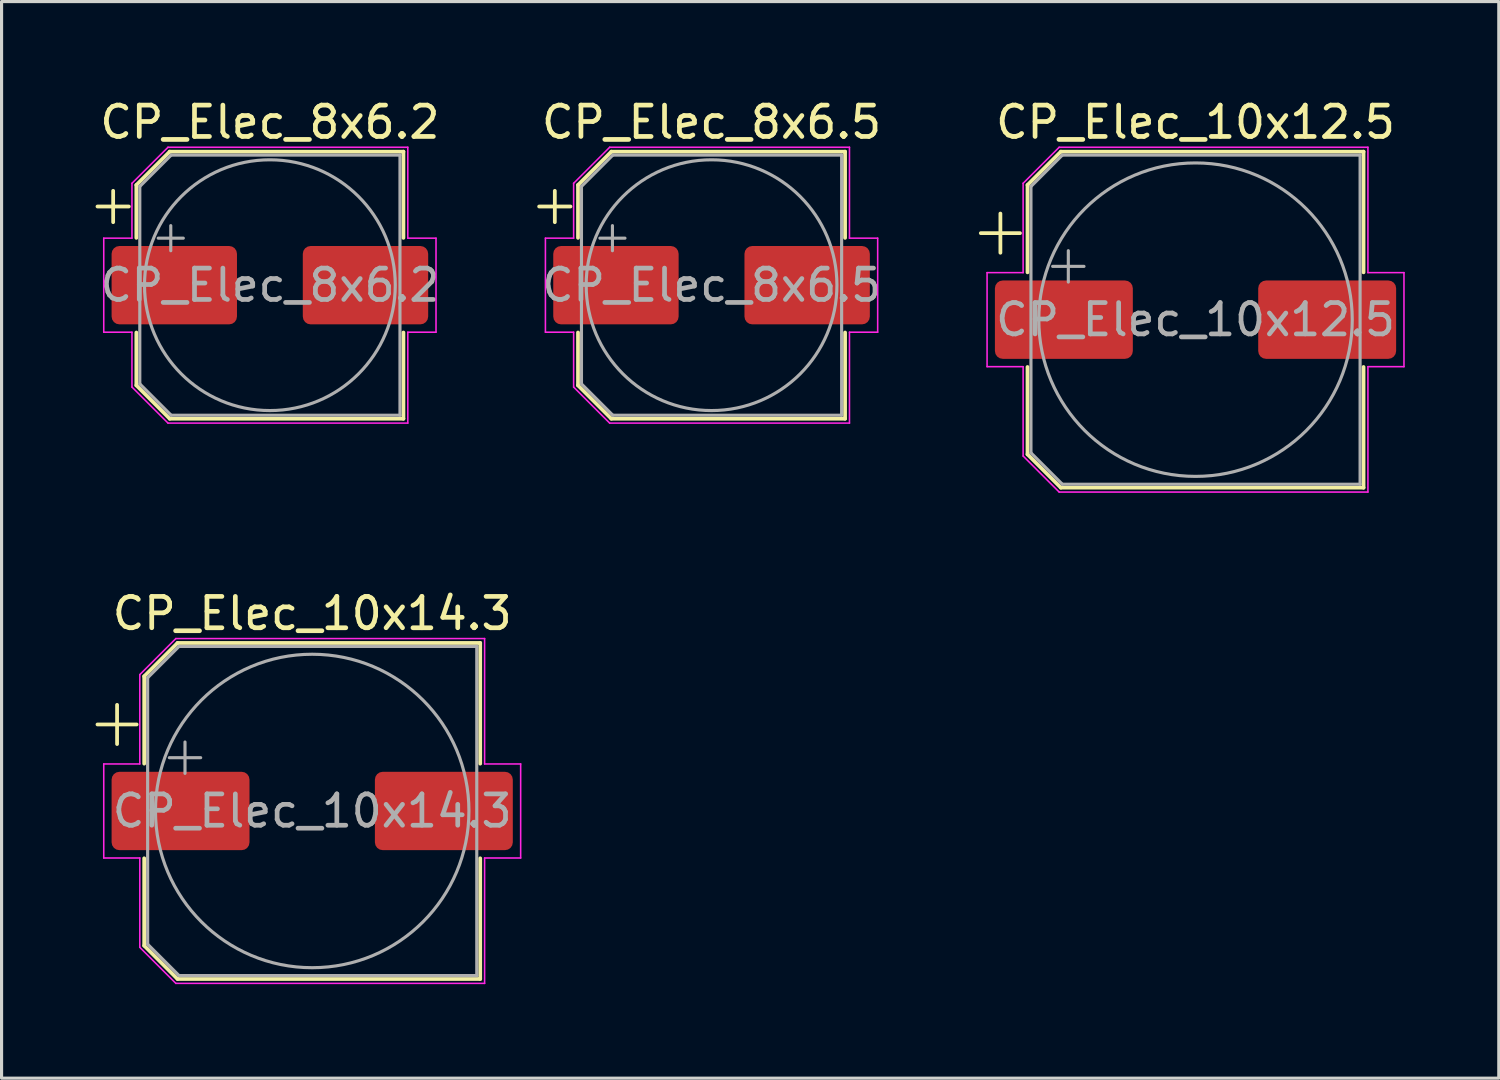
<source format=kicad_pcb>
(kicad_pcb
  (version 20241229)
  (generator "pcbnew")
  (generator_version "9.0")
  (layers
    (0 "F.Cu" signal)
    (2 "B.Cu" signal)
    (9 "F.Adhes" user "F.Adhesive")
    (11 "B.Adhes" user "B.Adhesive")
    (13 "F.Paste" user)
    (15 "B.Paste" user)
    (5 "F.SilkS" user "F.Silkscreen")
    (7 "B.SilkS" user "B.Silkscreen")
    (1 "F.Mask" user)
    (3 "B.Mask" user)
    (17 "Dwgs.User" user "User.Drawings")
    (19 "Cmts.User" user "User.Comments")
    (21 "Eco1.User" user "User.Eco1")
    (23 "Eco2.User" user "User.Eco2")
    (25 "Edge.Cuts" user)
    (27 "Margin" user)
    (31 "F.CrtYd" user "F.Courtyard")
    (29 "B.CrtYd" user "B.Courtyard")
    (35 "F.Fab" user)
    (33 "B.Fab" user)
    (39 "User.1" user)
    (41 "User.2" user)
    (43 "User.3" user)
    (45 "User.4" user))
  (footprint "CP_Elec_8x6.2"
    (layer "F.Cu")
    (at 5.56 6.048)
    (property "Reference" "CP_Elec_8x6.2" (at 0 -5.2 0) (layer "F.SilkS") (effects (font (size 1 1) (thickness 0.15))))
    (attr smd)
    (fp_line (start -5.5 -2.51) (end -4.5 -2.51) (stroke (width 0.12) (type solid)) (layer "F.SilkS"))
    (fp_line (start -5 -3.01) (end -5 -2.01) (stroke (width 0.12) (type solid)) (layer "F.SilkS"))
    (fp_line (start -4.26 -3.196) (end -4.26 -1.51) (stroke (width 0.12) (type solid)) (layer "F.SilkS"))
    (fp_line (start -4.26 -3.196) (end -3.196 -4.26) (stroke (width 0.12) (type solid)) (layer "F.SilkS"))
    (fp_line (start -4.26 3.196) (end -4.26 1.51) (stroke (width 0.12) (type solid)) (layer "F.SilkS"))
    (fp_line (start -4.26 3.196) (end -3.196 4.26) (stroke (width 0.12) (type solid)) (layer "F.SilkS"))
    (fp_line (start -3.196 -4.26) (end 4.26 -4.26) (stroke (width 0.12) (type solid)) (layer "F.SilkS"))
    (fp_line (start -3.196 4.26) (end 4.26 4.26) (stroke (width 0.12) (type solid)) (layer "F.SilkS"))
    (fp_line (start 4.26 -4.26) (end 4.26 -1.51) (stroke (width 0.12) (type solid)) (layer "F.SilkS"))
    (fp_line (start 4.26 4.26) (end 4.26 1.51) (stroke (width 0.12) (type solid)) (layer "F.SilkS"))
    (fp_line (start -5.3 -1.5) (end -5.3 1.5) (stroke (width 0.05) (type solid)) (layer "F.CrtYd"))
    (fp_line (start -5.3 1.5) (end -4.4 1.5) (stroke (width 0.05) (type solid)) (layer "F.CrtYd"))
    (fp_line (start -4.4 -3.25) (end -4.4 -1.5) (stroke (width 0.05) (type solid)) (layer "F.CrtYd"))
    (fp_line (start -4.4 -3.25) (end -3.25 -4.4) (stroke (width 0.05) (type solid)) (layer "F.CrtYd"))
    (fp_line (start -4.4 -1.5) (end -5.3 -1.5) (stroke (width 0.05) (type solid)) (layer "F.CrtYd"))
    (fp_line (start -4.4 1.5) (end -4.4 3.25) (stroke (width 0.05) (type solid)) (layer "F.CrtYd"))
    (fp_line (start -4.4 3.25) (end -3.25 4.4) (stroke (width 0.05) (type solid)) (layer "F.CrtYd"))
    (fp_line (start -3.25 -4.4) (end 4.4 -4.4) (stroke (width 0.05) (type solid)) (layer "F.CrtYd"))
    (fp_line (start -3.25 4.4) (end 4.4 4.4) (stroke (width 0.05) (type solid)) (layer "F.CrtYd"))
    (fp_line (start 4.4 -4.4) (end 4.4 -1.5) (stroke (width 0.05) (type solid)) (layer "F.CrtYd"))
    (fp_line (start 4.4 -1.5) (end 5.3 -1.5) (stroke (width 0.05) (type solid)) (layer "F.CrtYd"))
    (fp_line (start 4.4 1.5) (end 4.4 4.4) (stroke (width 0.05) (type solid)) (layer "F.CrtYd"))
    (fp_line (start 5.3 -1.5) (end 5.3 1.5) (stroke (width 0.05) (type solid)) (layer "F.CrtYd"))
    (fp_line (start 5.3 1.5) (end 4.4 1.5) (stroke (width 0.05) (type solid)) (layer "F.CrtYd"))
    (fp_line (start -4.15 -3.15) (end -4.15 3.15) (stroke (width 0.1) (type solid)) (layer "F.Fab"))
    (fp_line (start -4.15 -3.15) (end -3.15 -4.15) (stroke (width 0.1) (type solid)) (layer "F.Fab"))
    (fp_line (start -4.15 3.15) (end -3.15 4.15) (stroke (width 0.1) (type solid)) (layer "F.Fab"))
    (fp_line (start -3.562 -1.5) (end -2.762 -1.5) (stroke (width 0.1) (type solid)) (layer "F.Fab"))
    (fp_line (start -3.162 -1.9) (end -3.162 -1.1) (stroke (width 0.1) (type solid)) (layer "F.Fab"))
    (fp_line (start -3.15 -4.15) (end 4.15 -4.15) (stroke (width 0.1) (type solid)) (layer "F.Fab"))
    (fp_line (start -3.15 4.15) (end 4.15 4.15) (stroke (width 0.1) (type solid)) (layer "F.Fab"))
    (fp_line (start 4.15 -4.15) (end 4.15 4.15) (stroke (width 0.1) (type solid)) (layer "F.Fab"))
    (fp_circle (center 0 0) (end 4 0) (stroke (width 0.1) (type solid)) (fill no) (layer "F.Fab"))
    (fp_text user "${REFERENCE}" (at 0 0 0) (layer "F.Fab") (effects (font (size 1 1) (thickness 0.15))))
    (pad "1" smd roundrect (at -3.05 0) (size 4 2.5) (layers "F.Cu" "F.Mask" "F.Paste") (roundrect_rratio 0.1))
    (pad "2" smd roundrect (at 3.05 0) (size 4 2.5) (layers "F.Cu" "F.Mask" "F.Paste") (roundrect_rratio 0.1)))
  (footprint "CP_Elec_10x14.3"
    (layer "F.Cu")
    (at 6.91 22.822)
    (property "Reference" "CP_Elec_10x14.3" (at 0 -6.3 0) (layer "F.SilkS") (effects (font (size 1 1) (thickness 0.15))))
    (attr smd)
    (fp_line (start -6.85 -2.76) (end -5.6 -2.76) (stroke (width 0.12) (type solid)) (layer "F.SilkS"))
    (fp_line (start -6.225 -3.385) (end -6.225 -2.135) (stroke (width 0.12) (type solid)) (layer "F.SilkS"))
    (fp_line (start -5.36 -4.296) (end -5.36 -1.51) (stroke (width 0.12) (type solid)) (layer "F.SilkS"))
    (fp_line (start -5.36 -4.296) (end -4.296 -5.36) (stroke (width 0.12) (type solid)) (layer "F.SilkS"))
    (fp_line (start -5.36 4.296) (end -5.36 1.51) (stroke (width 0.12) (type solid)) (layer "F.SilkS"))
    (fp_line (start -5.36 4.296) (end -4.296 5.36) (stroke (width 0.12) (type solid)) (layer "F.SilkS"))
    (fp_line (start -4.296 -5.36) (end 5.36 -5.36) (stroke (width 0.12) (type solid)) (layer "F.SilkS"))
    (fp_line (start -4.296 5.36) (end 5.36 5.36) (stroke (width 0.12) (type solid)) (layer "F.SilkS"))
    (fp_line (start 5.36 -5.36) (end 5.36 -1.51) (stroke (width 0.12) (type solid)) (layer "F.SilkS"))
    (fp_line (start 5.36 5.36) (end 5.36 1.51) (stroke (width 0.12) (type solid)) (layer "F.SilkS"))
    (fp_line (start -6.65 -1.5) (end -6.65 1.5) (stroke (width 0.05) (type solid)) (layer "F.CrtYd"))
    (fp_line (start -6.65 1.5) (end -5.5 1.5) (stroke (width 0.05) (type solid)) (layer "F.CrtYd"))
    (fp_line (start -5.5 -4.35) (end -5.5 -1.5) (stroke (width 0.05) (type solid)) (layer "F.CrtYd"))
    (fp_line (start -5.5 -4.35) (end -4.35 -5.5) (stroke (width 0.05) (type solid)) (layer "F.CrtYd"))
    (fp_line (start -5.5 -1.5) (end -6.65 -1.5) (stroke (width 0.05) (type solid)) (layer "F.CrtYd"))
    (fp_line (start -5.5 1.5) (end -5.5 4.35) (stroke (width 0.05) (type solid)) (layer "F.CrtYd"))
    (fp_line (start -5.5 4.35) (end -4.35 5.5) (stroke (width 0.05) (type solid)) (layer "F.CrtYd"))
    (fp_line (start -4.35 -5.5) (end 5.5 -5.5) (stroke (width 0.05) (type solid)) (layer "F.CrtYd"))
    (fp_line (start -4.35 5.5) (end 5.5 5.5) (stroke (width 0.05) (type solid)) (layer "F.CrtYd"))
    (fp_line (start 5.5 -5.5) (end 5.5 -1.5) (stroke (width 0.05) (type solid)) (layer "F.CrtYd"))
    (fp_line (start 5.5 -1.5) (end 6.65 -1.5) (stroke (width 0.05) (type solid)) (layer "F.CrtYd"))
    (fp_line (start 5.5 1.5) (end 5.5 5.5) (stroke (width 0.05) (type solid)) (layer "F.CrtYd"))
    (fp_line (start 6.65 -1.5) (end 6.65 1.5) (stroke (width 0.05) (type solid)) (layer "F.CrtYd"))
    (fp_line (start 6.65 1.5) (end 5.5 1.5) (stroke (width 0.05) (type solid)) (layer "F.CrtYd"))
    (fp_line (start -5.25 -4.25) (end -5.25 4.25) (stroke (width 0.1) (type solid)) (layer "F.Fab"))
    (fp_line (start -5.25 -4.25) (end -4.25 -5.25) (stroke (width 0.1) (type solid)) (layer "F.Fab"))
    (fp_line (start -5.25 4.25) (end -4.25 5.25) (stroke (width 0.1) (type solid)) (layer "F.Fab"))
    (fp_line (start -4.558 -1.7) (end -3.558 -1.7) (stroke (width 0.1) (type solid)) (layer "F.Fab"))
    (fp_line (start -4.25 -5.25) (end 5.25 -5.25) (stroke (width 0.1) (type solid)) (layer "F.Fab"))
    (fp_line (start -4.25 5.25) (end 5.25 5.25) (stroke (width 0.1) (type solid)) (layer "F.Fab"))
    (fp_line (start -4.058 -2.2) (end -4.058 -1.2) (stroke (width 0.1) (type solid)) (layer "F.Fab"))
    (fp_line (start 5.25 -5.25) (end 5.25 5.25) (stroke (width 0.1) (type solid)) (layer "F.Fab"))
    (fp_circle (center 0 0) (end 5 0) (stroke (width 0.1) (type solid)) (fill no) (layer "F.Fab"))
    (fp_text user "${REFERENCE}" (at 0 0 0) (layer "F.Fab") (effects (font (size 1 1) (thickness 0.15))))
    (pad "1" smd roundrect (at -4.2 0) (size 4.4 2.5) (layers "F.Cu" "F.Mask" "F.Paste") (roundrect_rratio 0.1))
    (pad "2" smd roundrect (at 4.2 0) (size 4.4 2.5) (layers "F.Cu" "F.Mask" "F.Paste") (roundrect_rratio 0.1)))
  (footprint "CP_Elec_8x6.5"
    (layer "F.Cu")
    (at 19.65 6.048)
    (property "Reference" "CP_Elec_8x6.5" (at 0 -5.2 0) (layer "F.SilkS") (effects (font (size 1 1) (thickness 0.15))))
    (attr smd)
    (fp_line (start -5.5 -2.51) (end -4.5 -2.51) (stroke (width 0.12) (type solid)) (layer "F.SilkS"))
    (fp_line (start -5 -3.01) (end -5 -2.01) (stroke (width 0.12) (type solid)) (layer "F.SilkS"))
    (fp_line (start -4.26 -3.196) (end -4.26 -1.51) (stroke (width 0.12) (type solid)) (layer "F.SilkS"))
    (fp_line (start -4.26 -3.196) (end -3.196 -4.26) (stroke (width 0.12) (type solid)) (layer "F.SilkS"))
    (fp_line (start -4.26 3.196) (end -4.26 1.51) (stroke (width 0.12) (type solid)) (layer "F.SilkS"))
    (fp_line (start -4.26 3.196) (end -3.196 4.26) (stroke (width 0.12) (type solid)) (layer "F.SilkS"))
    (fp_line (start -3.196 -4.26) (end 4.26 -4.26) (stroke (width 0.12) (type solid)) (layer "F.SilkS"))
    (fp_line (start -3.196 4.26) (end 4.26 4.26) (stroke (width 0.12) (type solid)) (layer "F.SilkS"))
    (fp_line (start 4.26 -4.26) (end 4.26 -1.51) (stroke (width 0.12) (type solid)) (layer "F.SilkS"))
    (fp_line (start 4.26 4.26) (end 4.26 1.51) (stroke (width 0.12) (type solid)) (layer "F.SilkS"))
    (fp_line (start -5.3 -1.5) (end -5.3 1.5) (stroke (width 0.05) (type solid)) (layer "F.CrtYd"))
    (fp_line (start -5.3 1.5) (end -4.4 1.5) (stroke (width 0.05) (type solid)) (layer "F.CrtYd"))
    (fp_line (start -4.4 -3.25) (end -4.4 -1.5) (stroke (width 0.05) (type solid)) (layer "F.CrtYd"))
    (fp_line (start -4.4 -3.25) (end -3.25 -4.4) (stroke (width 0.05) (type solid)) (layer "F.CrtYd"))
    (fp_line (start -4.4 -1.5) (end -5.3 -1.5) (stroke (width 0.05) (type solid)) (layer "F.CrtYd"))
    (fp_line (start -4.4 1.5) (end -4.4 3.25) (stroke (width 0.05) (type solid)) (layer "F.CrtYd"))
    (fp_line (start -4.4 3.25) (end -3.25 4.4) (stroke (width 0.05) (type solid)) (layer "F.CrtYd"))
    (fp_line (start -3.25 -4.4) (end 4.4 -4.4) (stroke (width 0.05) (type solid)) (layer "F.CrtYd"))
    (fp_line (start -3.25 4.4) (end 4.4 4.4) (stroke (width 0.05) (type solid)) (layer "F.CrtYd"))
    (fp_line (start 4.4 -4.4) (end 4.4 -1.5) (stroke (width 0.05) (type solid)) (layer "F.CrtYd"))
    (fp_line (start 4.4 -1.5) (end 5.3 -1.5) (stroke (width 0.05) (type solid)) (layer "F.CrtYd"))
    (fp_line (start 4.4 1.5) (end 4.4 4.4) (stroke (width 0.05) (type solid)) (layer "F.CrtYd"))
    (fp_line (start 5.3 -1.5) (end 5.3 1.5) (stroke (width 0.05) (type solid)) (layer "F.CrtYd"))
    (fp_line (start 5.3 1.5) (end 4.4 1.5) (stroke (width 0.05) (type solid)) (layer "F.CrtYd"))
    (fp_line (start -4.15 -3.15) (end -4.15 3.15) (stroke (width 0.1) (type solid)) (layer "F.Fab"))
    (fp_line (start -4.15 -3.15) (end -3.15 -4.15) (stroke (width 0.1) (type solid)) (layer "F.Fab"))
    (fp_line (start -4.15 3.15) (end -3.15 4.15) (stroke (width 0.1) (type solid)) (layer "F.Fab"))
    (fp_line (start -3.562 -1.5) (end -2.762 -1.5) (stroke (width 0.1) (type solid)) (layer "F.Fab"))
    (fp_line (start -3.162 -1.9) (end -3.162 -1.1) (stroke (width 0.1) (type solid)) (layer "F.Fab"))
    (fp_line (start -3.15 -4.15) (end 4.15 -4.15) (stroke (width 0.1) (type solid)) (layer "F.Fab"))
    (fp_line (start -3.15 4.15) (end 4.15 4.15) (stroke (width 0.1) (type solid)) (layer "F.Fab"))
    (fp_line (start 4.15 -4.15) (end 4.15 4.15) (stroke (width 0.1) (type solid)) (layer "F.Fab"))
    (fp_circle (center 0 0) (end 4 0) (stroke (width 0.1) (type solid)) (fill no) (layer "F.Fab"))
    (fp_text user "${REFERENCE}" (at 0 0 0) (layer "F.Fab") (effects (font (size 1 1) (thickness 0.15))))
    (pad "1" smd roundrect (at -3.05 0) (size 4 2.5) (layers "F.Cu" "F.Mask" "F.Paste") (roundrect_rratio 0.1))
    (pad "2" smd roundrect (at 3.05 0) (size 4 2.5) (layers "F.Cu" "F.Mask" "F.Paste") (roundrect_rratio 0.1)))
  (footprint "CP_Elec_10x12.5"
    (layer "F.Cu")
    (at 35.09 7.148)
    (property "Reference" "CP_Elec_10x12.5" (at 0 -6.3 0) (layer "F.SilkS") (effects (font (size 1 1) (thickness 0.15))))
    (attr smd)
    (fp_line (start -6.85 -2.76) (end -5.6 -2.76) (stroke (width 0.12) (type solid)) (layer "F.SilkS"))
    (fp_line (start -6.225 -3.385) (end -6.225 -2.135) (stroke (width 0.12) (type solid)) (layer "F.SilkS"))
    (fp_line (start -5.36 -4.296) (end -5.36 -1.51) (stroke (width 0.12) (type solid)) (layer "F.SilkS"))
    (fp_line (start -5.36 -4.296) (end -4.296 -5.36) (stroke (width 0.12) (type solid)) (layer "F.SilkS"))
    (fp_line (start -5.36 4.296) (end -5.36 1.51) (stroke (width 0.12) (type solid)) (layer "F.SilkS"))
    (fp_line (start -5.36 4.296) (end -4.296 5.36) (stroke (width 0.12) (type solid)) (layer "F.SilkS"))
    (fp_line (start -4.296 -5.36) (end 5.36 -5.36) (stroke (width 0.12) (type solid)) (layer "F.SilkS"))
    (fp_line (start -4.296 5.36) (end 5.36 5.36) (stroke (width 0.12) (type solid)) (layer "F.SilkS"))
    (fp_line (start 5.36 -5.36) (end 5.36 -1.51) (stroke (width 0.12) (type solid)) (layer "F.SilkS"))
    (fp_line (start 5.36 5.36) (end 5.36 1.51) (stroke (width 0.12) (type solid)) (layer "F.SilkS"))
    (fp_line (start -6.65 -1.5) (end -6.65 1.5) (stroke (width 0.05) (type solid)) (layer "F.CrtYd"))
    (fp_line (start -6.65 1.5) (end -5.5 1.5) (stroke (width 0.05) (type solid)) (layer "F.CrtYd"))
    (fp_line (start -5.5 -4.35) (end -5.5 -1.5) (stroke (width 0.05) (type solid)) (layer "F.CrtYd"))
    (fp_line (start -5.5 -4.35) (end -4.35 -5.5) (stroke (width 0.05) (type solid)) (layer "F.CrtYd"))
    (fp_line (start -5.5 -1.5) (end -6.65 -1.5) (stroke (width 0.05) (type solid)) (layer "F.CrtYd"))
    (fp_line (start -5.5 1.5) (end -5.5 4.35) (stroke (width 0.05) (type solid)) (layer "F.CrtYd"))
    (fp_line (start -5.5 4.35) (end -4.35 5.5) (stroke (width 0.05) (type solid)) (layer "F.CrtYd"))
    (fp_line (start -4.35 -5.5) (end 5.5 -5.5) (stroke (width 0.05) (type solid)) (layer "F.CrtYd"))
    (fp_line (start -4.35 5.5) (end 5.5 5.5) (stroke (width 0.05) (type solid)) (layer "F.CrtYd"))
    (fp_line (start 5.5 -5.5) (end 5.5 -1.5) (stroke (width 0.05) (type solid)) (layer "F.CrtYd"))
    (fp_line (start 5.5 -1.5) (end 6.65 -1.5) (stroke (width 0.05) (type solid)) (layer "F.CrtYd"))
    (fp_line (start 5.5 1.5) (end 5.5 5.5) (stroke (width 0.05) (type solid)) (layer "F.CrtYd"))
    (fp_line (start 6.65 -1.5) (end 6.65 1.5) (stroke (width 0.05) (type solid)) (layer "F.CrtYd"))
    (fp_line (start 6.65 1.5) (end 5.5 1.5) (stroke (width 0.05) (type solid)) (layer "F.CrtYd"))
    (fp_line (start -5.25 -4.25) (end -5.25 4.25) (stroke (width 0.1) (type solid)) (layer "F.Fab"))
    (fp_line (start -5.25 -4.25) (end -4.25 -5.25) (stroke (width 0.1) (type solid)) (layer "F.Fab"))
    (fp_line (start -5.25 4.25) (end -4.25 5.25) (stroke (width 0.1) (type solid)) (layer "F.Fab"))
    (fp_line (start -4.558 -1.7) (end -3.558 -1.7) (stroke (width 0.1) (type solid)) (layer "F.Fab"))
    (fp_line (start -4.25 -5.25) (end 5.25 -5.25) (stroke (width 0.1) (type solid)) (layer "F.Fab"))
    (fp_line (start -4.25 5.25) (end 5.25 5.25) (stroke (width 0.1) (type solid)) (layer "F.Fab"))
    (fp_line (start -4.058 -2.2) (end -4.058 -1.2) (stroke (width 0.1) (type solid)) (layer "F.Fab"))
    (fp_line (start 5.25 -5.25) (end 5.25 5.25) (stroke (width 0.1) (type solid)) (layer "F.Fab"))
    (fp_circle (center 0 0) (end 5 0) (stroke (width 0.1) (type solid)) (fill no) (layer "F.Fab"))
    (fp_text user "${REFERENCE}" (at 0 0 0) (layer "F.Fab") (effects (font (size 1 1) (thickness 0.15))))
    (pad "1" smd roundrect (at -4.2 0) (size 4.4 2.5) (layers "F.Cu" "F.Mask" "F.Paste") (roundrect_rratio 0.1))
    (pad "2" smd roundrect (at 4.2 0) (size 4.4 2.5) (layers "F.Cu" "F.Mask" "F.Paste") (roundrect_rratio 0.1)))
  (gr_rect
    (start -3 -3)
    (end 44.765 31.346)
    (stroke (width 0.1) (type default))
    (fill no)
    (layer "Edge.Cuts")))
</source>
